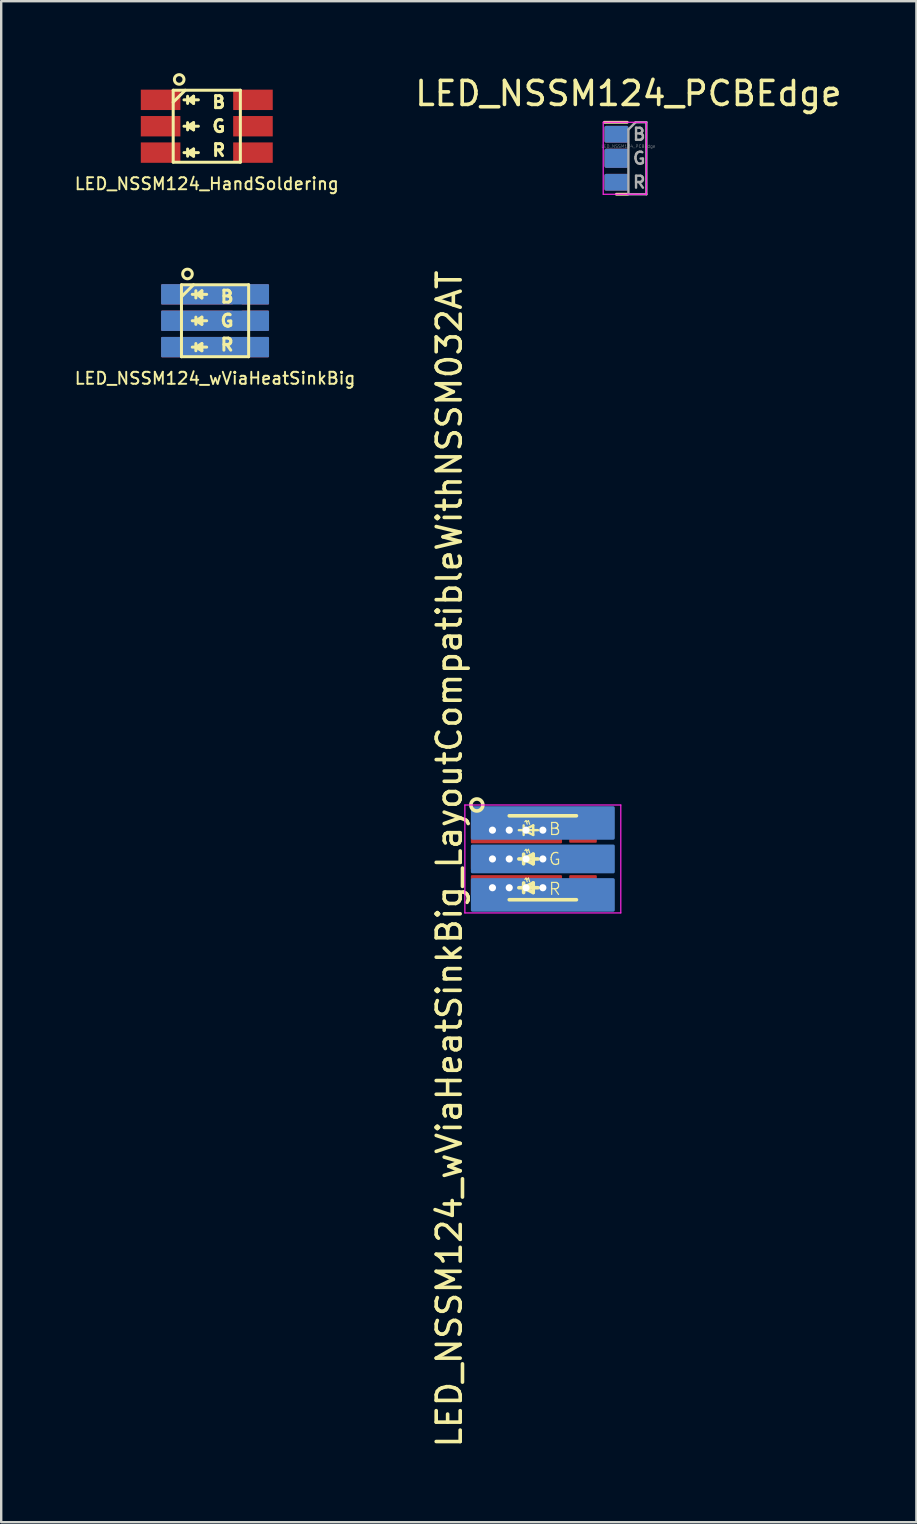
<source format=kicad_pcb>
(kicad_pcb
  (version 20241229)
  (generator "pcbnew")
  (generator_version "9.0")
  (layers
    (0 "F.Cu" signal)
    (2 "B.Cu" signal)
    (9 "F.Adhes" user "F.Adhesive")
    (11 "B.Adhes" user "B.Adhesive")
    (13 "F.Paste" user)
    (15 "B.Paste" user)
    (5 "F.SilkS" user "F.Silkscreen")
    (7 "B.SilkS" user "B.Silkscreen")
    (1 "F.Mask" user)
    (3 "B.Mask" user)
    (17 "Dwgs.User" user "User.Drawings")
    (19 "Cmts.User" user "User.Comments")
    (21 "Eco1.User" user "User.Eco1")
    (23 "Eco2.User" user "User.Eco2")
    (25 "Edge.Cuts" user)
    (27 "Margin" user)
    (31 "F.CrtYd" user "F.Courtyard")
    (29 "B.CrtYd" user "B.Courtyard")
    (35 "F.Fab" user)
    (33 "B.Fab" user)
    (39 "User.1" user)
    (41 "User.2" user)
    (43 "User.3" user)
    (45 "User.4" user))
  (footprint "LED_NSSM124_HandSoldering"
    (layer "F.Cu")
    (at 5.57 2.212)
    (property "Reference" "LED_NSSM124_HandSoldering" (at 0 2.4 0) (layer "F.SilkS") (effects (font (size 0.5 0.5) (thickness 0.08))))
    (attr through_hole)
    (fp_line (start -1.4 -1.5) (end 1.4 -1.5) (stroke (width 0.125) (type solid)) (layer "F.SilkS"))
    (fp_line (start -1.4 1.5) (end -1.4 -1.5) (stroke (width 0.125) (type solid)) (layer "F.SilkS"))
    (fp_line (start -0.95 -1.1) (end -0.85 -1.1) (stroke (width 0.125) (type solid)) (layer "F.SilkS"))
    (fp_line (start -0.95 0) (end -0.8 0) (stroke (width 0.125) (type solid)) (layer "F.SilkS"))
    (fp_line (start -0.95 1.1) (end -0.8 1.1) (stroke (width 0.125) (type solid)) (layer "F.SilkS"))
    (fp_line (start -0.9 -1.5) (end -1.4 -1) (stroke (width 0.125) (type solid)) (layer "F.SilkS"))
    (fp_line (start -0.8 -1.25) (end -0.8 -0.95) (stroke (width 0.125) (type solid)) (layer "F.SilkS"))
    (fp_line (start -0.8 -0.15) (end -0.8 0.15) (stroke (width 0.125) (type solid)) (layer "F.SilkS"))
    (fp_line (start -0.8 0) (end -0.55 -0.15) (stroke (width 0.125) (type solid)) (layer "F.SilkS"))
    (fp_line (start -0.8 0) (end -0.35 0) (stroke (width 0.125) (type solid)) (layer "F.SilkS"))
    (fp_line (start -0.8 0.95) (end -0.8 1.25) (stroke (width 0.125) (type solid)) (layer "F.SilkS"))
    (fp_line (start -0.8 1.1) (end -0.55 0.95) (stroke (width 0.125) (type solid)) (layer "F.SilkS"))
    (fp_line (start -0.8 1.1) (end -0.35 1.1) (stroke (width 0.125) (type solid)) (layer "F.SilkS"))
    (fp_line (start -0.75 -1.1) (end -0.55 -1.25) (stroke (width 0.125) (type solid)) (layer "F.SilkS"))
    (fp_line (start -0.75 -1.1) (end -0.35 -1.1) (stroke (width 0.125) (type solid)) (layer "F.SilkS"))
    (fp_line (start -0.55 -1.25) (end -0.55 -0.95) (stroke (width 0.125) (type solid)) (layer "F.SilkS"))
    (fp_line (start -0.55 -0.95) (end -0.75 -1.1) (stroke (width 0.125) (type solid)) (layer "F.SilkS"))
    (fp_line (start -0.55 -0.15) (end -0.55 0.15) (stroke (width 0.125) (type solid)) (layer "F.SilkS"))
    (fp_line (start -0.55 0.15) (end -0.8 0) (stroke (width 0.125) (type solid)) (layer "F.SilkS"))
    (fp_line (start -0.55 0.95) (end -0.55 1.25) (stroke (width 0.125) (type solid)) (layer "F.SilkS"))
    (fp_line (start -0.55 1.25) (end -0.8 1.1) (stroke (width 0.125) (type solid)) (layer "F.SilkS"))
    (fp_line (start 1.4 -1.5) (end 1.4 1.5) (stroke (width 0.125) (type solid)) (layer "F.SilkS"))
    (fp_line (start 1.4 1.5) (end -1.4 1.5) (stroke (width 0.125) (type solid)) (layer "F.SilkS"))
    (fp_circle (center -1.15 -1.95) (end -0.95 -1.95) (stroke (width 0.125) (type solid)) (fill no) (layer "F.SilkS"))
    (fp_text user "G" (at 0.5 0 0) (layer "F.SilkS") (effects (font (size 0.5 0.5) (thickness 0.125))))
    (fp_text user "R" (at 0.5 1 0) (layer "F.SilkS") (effects (font (size 0.5 0.5) (thickness 0.125))))
    (fp_text user "B" (at 0.5 -1 0) (layer "F.SilkS") (effects (font (size 0.5 0.5) (thickness 0.125))))
    (pad "BA" smd rect (at 1.925 -1.1) (size 1.65 0.85) (layers "F.Cu" "F.Mask" "F.Paste"))
    (pad "BC" smd rect (at -1.925 -1.1) (size 1.65 0.85) (layers "F.Cu" "F.Mask" "F.Paste"))
    (pad "GA" smd rect (at 1.925 0) (size 1.65 0.85) (layers "F.Cu" "F.Mask" "F.Paste"))
    (pad "GC" smd rect (at -1.925 0) (size 1.65 0.85) (layers "F.Cu" "F.Mask" "F.Paste"))
    (pad "RA" smd rect (at 1.925 1.1) (size 1.65 0.85) (layers "F.Cu" "F.Mask" "F.Paste"))
    (pad "RC" smd rect (at -1.925 1.1) (size 1.65 0.85) (layers "F.Cu" "F.Mask" "F.Paste")))
  (footprint "LED_NSSM124_wViaHeatSinkBig_LayoutCompatibleWithNSSM032AT"
    (layer "F.Cu")
    (at 19.579 32.757)
    (property "Reference" "LED_NSSM124_wViaHeatSinkBig_LayoutCompatibleWithNSSM032AT" (at -3.9 0 90) (layer "F.SilkS") (effects (font (size 1 1) (thickness 0.15))))
    (attr smd)
    (fp_line (start -1.4 -1.8) (end 1.4 -1.8) (stroke (width 0.15) (type solid)) (layer "F.SilkS"))
    (fp_line (start -1 -1.2) (end -0.2 -1.2) (stroke (width 0.1) (type solid)) (layer "F.SilkS"))
    (fp_line (start -1 0) (end -0.2 0) (stroke (width 0.15) (type solid)) (layer "F.SilkS"))
    (fp_line (start -1 1.2) (end -0.2 1.2) (stroke (width 0.15) (type solid)) (layer "F.SilkS"))
    (fp_line (start -0.8 -1.4) (end -0.8 -1) (stroke (width 0.1) (type solid)) (layer "F.SilkS"))
    (fp_line (start -0.8 -1.2) (end -0.4 -1) (stroke (width 0.1) (type solid)) (layer "F.SilkS"))
    (fp_line (start -0.8 -0.2) (end -0.8 0.2) (stroke (width 0.15) (type solid)) (layer "F.SilkS"))
    (fp_line (start -0.8 0) (end -0.4 0.2) (stroke (width 0.15) (type solid)) (layer "F.SilkS"))
    (fp_line (start -0.8 1) (end -0.8 1.4) (stroke (width 0.15) (type solid)) (layer "F.SilkS"))
    (fp_line (start -0.8 1.2) (end -0.4 1.4) (stroke (width 0.15) (type solid)) (layer "F.SilkS"))
    (fp_line (start -0.75 -1.55) (end -0.7 -1.6) (stroke (width 0.05) (type solid)) (layer "F.SilkS"))
    (fp_line (start -0.75 -0.35) (end -0.7 -0.4) (stroke (width 0.05) (type solid)) (layer "F.SilkS"))
    (fp_line (start -0.75 0.85) (end -0.7 0.8) (stroke (width 0.05) (type solid)) (layer "F.SilkS"))
    (fp_line (start -0.65 -1.55) (end -0.6 -1.6) (stroke (width 0.05) (type solid)) (layer "F.SilkS"))
    (fp_line (start -0.65 -1.45) (end -0.7 -1.6) (stroke (width 0.05) (type solid)) (layer "F.SilkS"))
    (fp_line (start -0.65 -0.35) (end -0.6 -0.4) (stroke (width 0.05) (type solid)) (layer "F.SilkS"))
    (fp_line (start -0.65 -0.25) (end -0.7 -0.4) (stroke (width 0.05) (type solid)) (layer "F.SilkS"))
    (fp_line (start -0.65 0.85) (end -0.6 0.8) (stroke (width 0.05) (type solid)) (layer "F.SilkS"))
    (fp_line (start -0.65 0.95) (end -0.7 0.8) (stroke (width 0.05) (type solid)) (layer "F.SilkS"))
    (fp_line (start -0.55 -1.45) (end -0.6 -1.6) (stroke (width 0.05) (type solid)) (layer "F.SilkS"))
    (fp_line (start -0.55 -0.25) (end -0.6 -0.4) (stroke (width 0.05) (type solid)) (layer "F.SilkS"))
    (fp_line (start -0.55 0.95) (end -0.6 0.8) (stroke (width 0.05) (type solid)) (layer "F.SilkS"))
    (fp_line (start -0.4 -1.4) (end -0.8 -1.2) (stroke (width 0.1) (type solid)) (layer "F.SilkS"))
    (fp_line (start -0.4 -1) (end -0.4 -1.4) (stroke (width 0.1) (type solid)) (layer "F.SilkS"))
    (fp_line (start -0.4 -0.2) (end -0.8 0) (stroke (width 0.15) (type solid)) (layer "F.SilkS"))
    (fp_line (start -0.4 0.2) (end -0.4 -0.2) (stroke (width 0.15) (type solid)) (layer "F.SilkS"))
    (fp_line (start -0.4 1) (end -0.8 1.2) (stroke (width 0.15) (type solid)) (layer "F.SilkS"))
    (fp_line (start -0.4 1.4) (end -0.4 1) (stroke (width 0.15) (type solid)) (layer "F.SilkS"))
    (fp_line (start 1.4 1.7) (end -1.4 1.7) (stroke (width 0.15) (type solid)) (layer "F.SilkS"))
    (fp_circle (center -2.75 -2.25) (end -2.5 -2.25) (stroke (width 0.15) (type solid)) (fill no) (layer "F.SilkS"))
    (fp_line (start -3.25 -2.25) (end 3.25 -2.25) (stroke (width 0.05) (type solid)) (layer "F.CrtYd"))
    (fp_line (start -3.25 2.25) (end -3.25 -2.25) (stroke (width 0.05) (type solid)) (layer "F.CrtYd"))
    (fp_line (start 3.25 -2.25) (end 3.25 2.25) (stroke (width 0.05) (type solid)) (layer "F.CrtYd"))
    (fp_line (start 3.25 2.25) (end -3.25 2.25) (stroke (width 0.05) (type solid)) (layer "F.CrtYd"))
    (fp_text user "G" (at 0.5 0 0) (layer "F.SilkS") (effects (font (size 0.5 0.5) (thickness 0.05))))
    (fp_text user "R" (at 0.5 1.25 0) (layer "F.SilkS") (effects (font (size 0.5 0.5) (thickness 0.05))))
    (fp_text user "B" (at 0.5 -1.25 0) (layer "F.SilkS") (effects (font (size 0.5 0.5) (thickness 0.05))))
    (pad "" smd roundrect (at -1.675 -1.1) (size 1.15 0.85) (layers "F.Mask" "F.Paste") (roundrect_rratio 0.05))
    (pad "" smd roundrect (at -1.675 0) (size 1.15 0.75) (layers "F.Mask" "F.Paste") (roundrect_rratio 0.05))
    (pad "" smd roundrect (at -1.675 1.1) (size 1.15 0.85) (layers "F.Mask" "F.Paste") (roundrect_rratio 0.05))
    (pad "1" thru_hole circle (at -2.1 -1.2) (size 0.3 0.3) (drill 0.3) (layers "*.Cu"))
    (pad "1" thru_hole circle (at -1.4 -1.2) (size 0.3 0.3) (drill 0.3) (layers "*.Cu"))
    (pad "1" smd roundrect (at -1.1 -1.1) (size 3.8 0.9) (layers "F.Cu") (roundrect_rratio 0.05))
    (pad "1" thru_hole circle (at -0.7 -1.2) (size 0.3 0.3) (drill 0.3) (layers "*.Cu"))
    (pad "1" smd roundrect (at 0 -1.5) (size 6 1.4) (layers "B.Cu") (roundrect_rratio 0.05))
    (pad "1" thru_hole circle (at 0 -1.2) (size 0.3 0.3) (drill 0.3) (layers "*.Cu"))
    (pad "2" thru_hole circle (at -2.1 0) (size 0.3 0.3) (drill 0.3) (layers "*.Cu"))
    (pad "2" thru_hole circle (at -1.4 0) (size 0.3 0.3) (drill 0.3) (layers "*.Cu"))
    (pad "2" smd roundrect (at -1.1 0) (size 3.8 0.9) (layers "F.Cu") (roundrect_rratio 0.05))
    (pad "2" thru_hole circle (at -0.7 0) (size 0.3 0.3) (drill 0.3) (layers "*.Cu"))
    (pad "2" thru_hole circle (at 0 0) (size 0.3 0.3) (drill 0.3) (layers "*.Cu"))
    (pad "2" smd roundrect (at 0 0) (size 6 1.2) (layers "B.Cu") (roundrect_rratio 0.05))
    (pad "3" thru_hole circle (at -2.1 1.2) (size 0.3 0.3) (drill 0.3) (layers "*.Cu"))
    (pad "3" thru_hole circle (at -1.4 1.2) (size 0.3 0.3) (drill 0.3) (layers "*.Cu"))
    (pad "3" smd roundrect (at -1.1 1.1) (size 3.8 0.85) (layers "F.Cu") (roundrect_rratio 0.05))
    (pad "3" thru_hole circle (at -0.7 1.2) (size 0.3 0.3) (drill 0.3) (layers "*.Cu"))
    (pad "3" thru_hole circle (at 0 1.2) (size 0.3 0.3) (drill 0.3) (layers "*.Cu"))
    (pad "3" smd roundrect (at 0 1.5) (size 6 1.4) (layers "B.Cu") (roundrect_rratio 0.05))
    (pad "4" smd roundrect (at 1.675 1.1) (size 1.15 0.85) (layers "F.Cu" "F.Mask" "F.Paste") (roundrect_rratio 0.05))
    (pad "5" smd roundrect (at 1.675 0) (size 1.15 0.75) (layers "F.Cu" "F.Mask" "F.Paste") (roundrect_rratio 0.05))
    (pad "6" smd roundrect (at 1.675 -1.1) (size 1.15 0.85) (layers "F.Cu" "F.Mask" "F.Paste") (roundrect_rratio 0.05)))
  (footprint "LED_NSSM124_PCBEdge"
    (layer "F.Cu")
    (at 23.146 3.548)
    (property "Reference" "LED_NSSM124_PCBEdge" (at 0 -2.7 0) (layer "F.SilkS") (effects (font (size 1 1) (thickness 0.15))))
    (attr smd)
    (fp_line (start -0.05 -1.5) (end -1 -1.5) (stroke (width 0.12) (type solid)) (layer "F.SilkS"))
    (fp_line (start -0.05 1.5) (end -0.5 1.5) (stroke (width 0.12) (type solid)) (layer "F.SilkS"))
    (fp_line (start -1.05 -1.5) (end 0.75 -1.5) (stroke (width 0.05) (type solid)) (layer "F.CrtYd"))
    (fp_line (start -1.05 1.5) (end -1.05 -1.5) (stroke (width 0.05) (type solid)) (layer "F.CrtYd"))
    (fp_line (start 0.75 -1.5) (end 0.75 1.5) (stroke (width 0.05) (type solid)) (layer "F.CrtYd"))
    (fp_line (start 0.75 1.5) (end -1.05 1.5) (stroke (width 0.05) (type solid)) (layer "F.CrtYd"))
    (fp_line (start 0 1.5) (end 0 -1.2) (stroke (width 0.1) (type solid)) (layer "F.Fab"))
    (fp_line (start 0.3 -1.5) (end 0 -1.2) (stroke (width 0.1) (type solid)) (layer "F.Fab"))
    (fp_line (start 0.3 -1.5) (end 0.75 -1.5) (stroke (width 0.1) (type solid)) (layer "F.Fab"))
    (fp_line (start 0.75 -1.5) (end 0.75 1.5) (stroke (width 0.1) (type solid)) (layer "F.Fab"))
    (fp_line (start 0.75 1.5) (end 0 1.5) (stroke (width 0.1) (type solid)) (layer "F.Fab"))
    (fp_text user "R" (at 0.45 1 0) (layer "F.Fab") (effects (font (size 0.5 0.5) (thickness 0.1))))
    (fp_text user "${REFERENCE}" (at 0 -0.5 0) (layer "F.Fab") (effects (font (size 0.127 0.127) (thickness 0.01))))
    (fp_text user "G" (at 0.45 0 0) (layer "F.Fab") (effects (font (size 0.5 0.5) (thickness 0.1))))
    (fp_text user "B" (at 0.45 -1 0) (layer "F.Fab") (effects (font (size 0.5 0.5) (thickness 0.1))))
    (pad "1" smd roundrect (at -0.5 -1) (size 1 0.7) (layers "F.Cu" "F.Mask") (roundrect_rratio 0.1))
    (pad "2" smd roundrect (at -0.5 0) (size 1 0.8) (layers "F.Cu" "F.Mask") (roundrect_rratio 0.1))
    (pad "3" smd roundrect (at -0.5 1) (size 1 0.7) (layers "F.Cu" "F.Mask") (roundrect_rratio 0.1))
    (pad "4" smd roundrect (at -0.5 1) (size 1 0.7) (layers "B.Cu" "B.Mask") (roundrect_rratio 0.1))
    (pad "5" smd roundrect (at -0.5 0) (size 1 0.8) (layers "B.Cu" "B.Mask") (roundrect_rratio 0.1))
    (pad "6" smd roundrect (at -0.5 -1) (size 1 0.7) (layers "B.Cu" "B.Mask") (roundrect_rratio 0.1)))
  (footprint "LED_NSSM124_wViaHeatSinkBig"
    (layer "F.Cu")
    (at 5.915 10.321)
    (property "Reference" "LED_NSSM124_wViaHeatSinkBig" (at 0 2.4 0) (layer "F.SilkS") (effects (font (size 0.5 0.5) (thickness 0.08))))
    (attr smd)
    (fp_line (start -1.4 -1.5) (end 1.4 -1.5) (stroke (width 0.125) (type solid)) (layer "F.SilkS"))
    (fp_line (start -1.4 1.5) (end -1.4 -1.5) (stroke (width 0.125) (type solid)) (layer "F.SilkS"))
    (fp_line (start -0.95 -1.1) (end -0.85 -1.1) (stroke (width 0.125) (type solid)) (layer "F.SilkS"))
    (fp_line (start -0.95 0) (end -0.8 0) (stroke (width 0.125) (type solid)) (layer "F.SilkS"))
    (fp_line (start -0.95 1.1) (end -0.8 1.1) (stroke (width 0.125) (type solid)) (layer "F.SilkS"))
    (fp_line (start -0.9 -1.5) (end -1.4 -1) (stroke (width 0.125) (type solid)) (layer "F.SilkS"))
    (fp_line (start -0.8 -1.25) (end -0.8 -0.95) (stroke (width 0.125) (type solid)) (layer "F.SilkS"))
    (fp_line (start -0.8 -0.15) (end -0.8 0.15) (stroke (width 0.125) (type solid)) (layer "F.SilkS"))
    (fp_line (start -0.8 0) (end -0.55 -0.15) (stroke (width 0.125) (type solid)) (layer "F.SilkS"))
    (fp_line (start -0.8 0) (end -0.35 0) (stroke (width 0.125) (type solid)) (layer "F.SilkS"))
    (fp_line (start -0.8 0.95) (end -0.8 1.25) (stroke (width 0.125) (type solid)) (layer "F.SilkS"))
    (fp_line (start -0.8 1.1) (end -0.55 0.95) (stroke (width 0.125) (type solid)) (layer "F.SilkS"))
    (fp_line (start -0.8 1.1) (end -0.35 1.1) (stroke (width 0.125) (type solid)) (layer "F.SilkS"))
    (fp_line (start -0.75 -1.1) (end -0.55 -1.25) (stroke (width 0.125) (type solid)) (layer "F.SilkS"))
    (fp_line (start -0.75 -1.1) (end -0.35 -1.1) (stroke (width 0.125) (type solid)) (layer "F.SilkS"))
    (fp_line (start -0.55 -1.25) (end -0.55 -0.95) (stroke (width 0.125) (type solid)) (layer "F.SilkS"))
    (fp_line (start -0.55 -0.95) (end -0.75 -1.1) (stroke (width 0.125) (type solid)) (layer "F.SilkS"))
    (fp_line (start -0.55 -0.15) (end -0.55 0.15) (stroke (width 0.125) (type solid)) (layer "F.SilkS"))
    (fp_line (start -0.55 0.15) (end -0.8 0) (stroke (width 0.125) (type solid)) (layer "F.SilkS"))
    (fp_line (start -0.55 0.95) (end -0.55 1.25) (stroke (width 0.125) (type solid)) (layer "F.SilkS"))
    (fp_line (start -0.55 1.25) (end -0.8 1.1) (stroke (width 0.125) (type solid)) (layer "F.SilkS"))
    (fp_line (start 1.4 -1.5) (end 1.4 1.5) (stroke (width 0.125) (type solid)) (layer "F.SilkS"))
    (fp_line (start 1.4 1.5) (end -1.4 1.5) (stroke (width 0.125) (type solid)) (layer "F.SilkS"))
    (fp_circle (center -1.15 -1.95) (end -0.95 -1.95) (stroke (width 0.125) (type solid)) (fill no) (layer "F.SilkS"))
    (fp_text user "R" (at 0.5 1 0) (layer "F.SilkS") (effects (font (size 0.5 0.5) (thickness 0.125))))
    (fp_text user "B" (at 0.5 -1 0) (layer "F.SilkS") (effects (font (size 0.5 0.5) (thickness 0.125))))
    (fp_text user "G" (at 0.5 0 0) (layer "F.SilkS") (effects (font (size 0.5 0.5) (thickness 0.125))))
    (pad "" smd roundrect (at -1.675 -1.1) (size 1.15 0.85) (layers "F.Mask" "F.Paste") (roundrect_rratio 0.05))
    (pad "" smd roundrect (at -1.675 0) (size 1.15 0.85) (layers "F.Mask" "F.Paste") (roundrect_rratio 0.05))
    (pad "" smd roundrect (at -1.675 1.1) (size 1.15 0.85) (layers "F.Mask" "F.Paste") (roundrect_rratio 0.05))
    (pad "1" smd roundrect (at -0.75 -1.1) (size 3 0.85) (layers "F.Cu") (roundrect_rratio 0.05))
    (pad "1" smd roundrect (at 0 -1.1) (size 4.5 0.85) (layers "B.Cu") (roundrect_rratio 0.05))
    (pad "2" smd roundrect (at -0.75 0) (size 3 0.85) (layers "F.Cu") (roundrect_rratio 0.05))
    (pad "2" smd roundrect (at 0 0) (size 4.5 0.85) (layers "B.Cu") (roundrect_rratio 0.05))
    (pad "3" smd roundrect (at -0.75 1.1) (size 3 0.85) (layers "F.Cu") (roundrect_rratio 0.05))
    (pad "3" smd roundrect (at 0 1.1) (size 4.5 0.85) (layers "B.Cu") (roundrect_rratio 0.05))
    (pad "4" smd roundrect (at 1.675 1.1) (size 1.15 0.85) (layers "F.Cu" "F.Mask" "F.Paste") (roundrect_rratio 0.05))
    (pad "5" smd roundrect (at 1.675 0) (size 1.15 0.85) (layers "F.Cu" "F.Mask" "F.Paste") (roundrect_rratio 0.05))
    (pad "6" smd roundrect (at 1.675 -1.1) (size 1.15 0.85) (layers "F.Cu" "F.Mask" "F.Paste") (roundrect_rratio 0.05)))
  (gr_rect
    (start -3 -3)
    (end 35.152 60.406)
    (stroke (width 0.1) (type default))
    (fill no)
    (layer "Edge.Cuts")))
</source>
